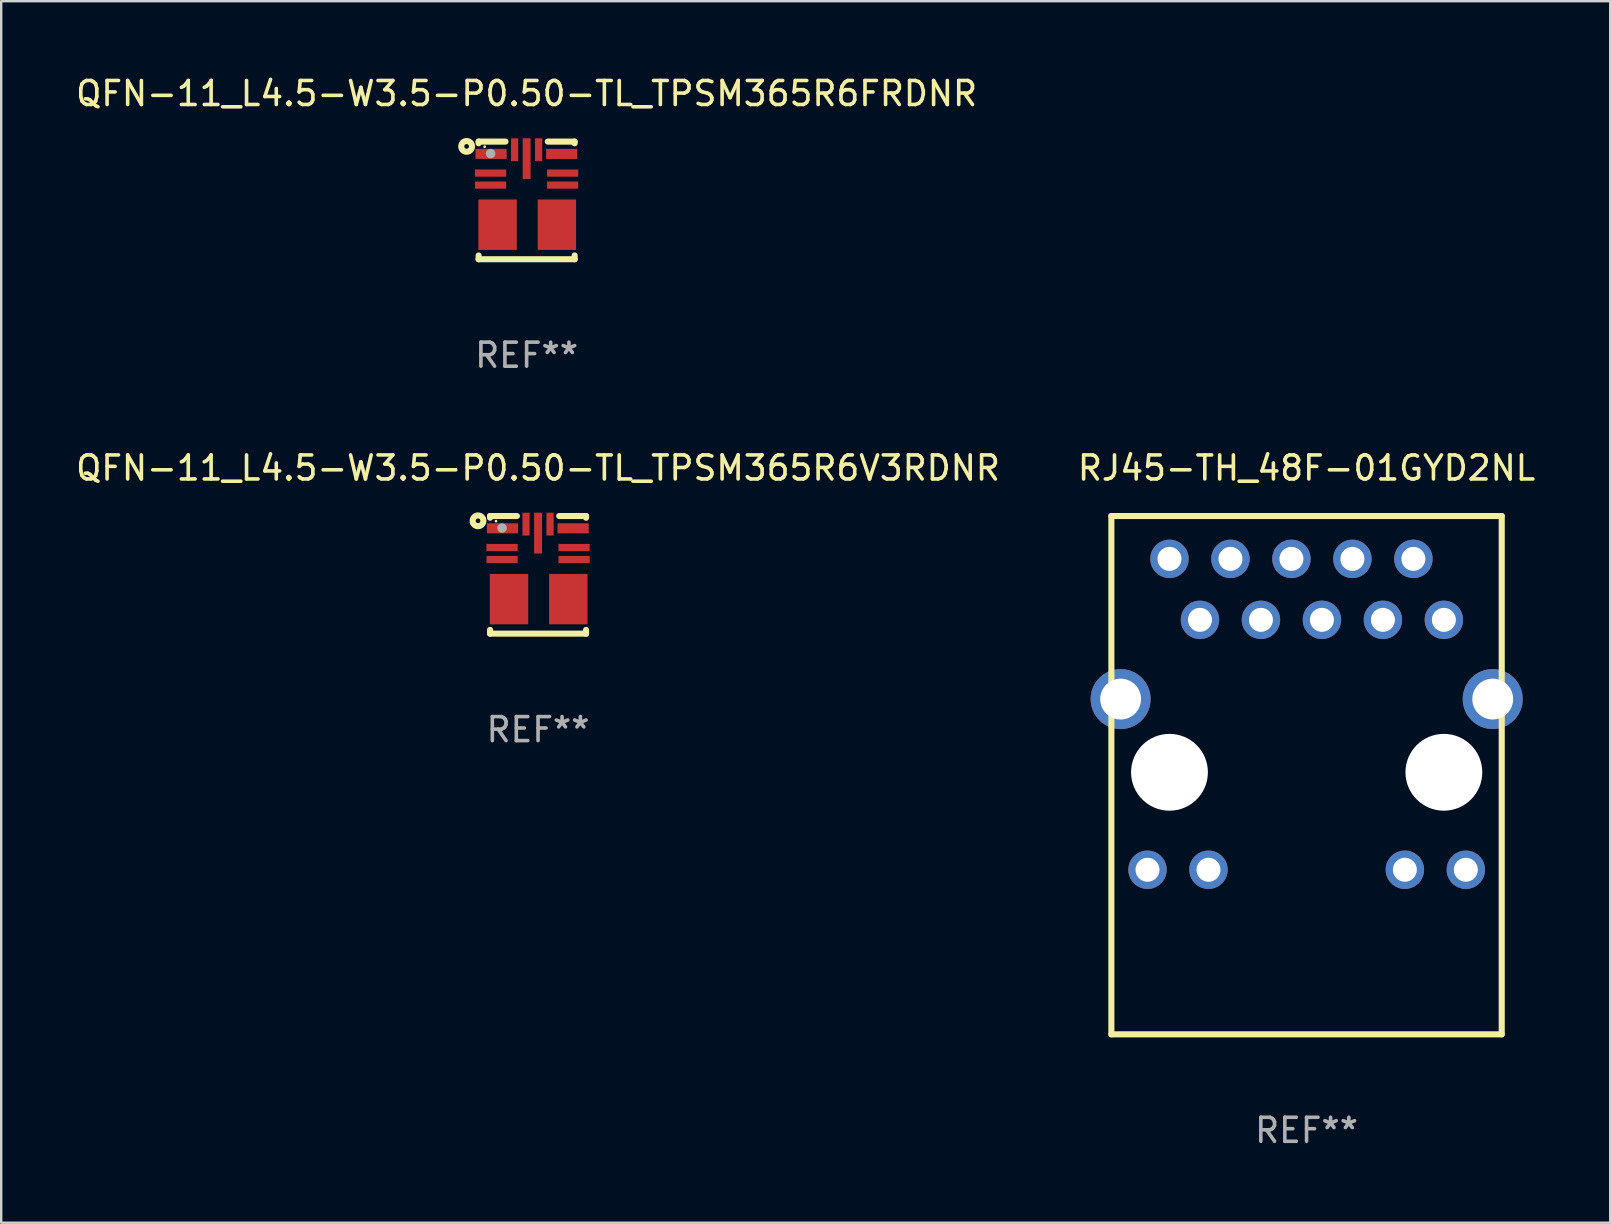
<source format=kicad_pcb>
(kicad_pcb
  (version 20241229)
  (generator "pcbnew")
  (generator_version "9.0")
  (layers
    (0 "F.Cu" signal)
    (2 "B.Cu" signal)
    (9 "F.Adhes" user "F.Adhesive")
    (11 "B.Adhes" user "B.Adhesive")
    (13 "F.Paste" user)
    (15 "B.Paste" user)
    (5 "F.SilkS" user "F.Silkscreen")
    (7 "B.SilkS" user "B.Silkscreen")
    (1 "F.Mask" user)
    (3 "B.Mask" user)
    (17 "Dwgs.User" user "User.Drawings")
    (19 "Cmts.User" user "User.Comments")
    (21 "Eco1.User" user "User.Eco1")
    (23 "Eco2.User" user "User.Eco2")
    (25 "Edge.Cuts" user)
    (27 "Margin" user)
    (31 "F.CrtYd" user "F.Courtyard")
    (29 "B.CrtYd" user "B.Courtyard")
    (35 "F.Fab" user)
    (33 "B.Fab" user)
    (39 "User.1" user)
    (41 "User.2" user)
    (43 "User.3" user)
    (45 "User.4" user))
  (footprint "RJ45-TH_48F-01GYD2NL"
    (layer "F.Cu")
    (at 51.38 26.705)
    (property "Reference" "RJ45-TH_48F-01GYD2NL" (at -0.005 -10.26 0) (layer "F.SilkS") (effects (font (size 1 1) (thickness 0.15))))
    (attr through_hole)
    (fp_line (start -8.135 -8.26) (end -8.135 13.33) (stroke (width 0.254) (type solid)) (layer "F.SilkS"))
    (fp_line (start -8.135 13.33) (end 8.125 13.33) (stroke (width 0.254) (type solid)) (layer "F.SilkS"))
    (fp_line (start 8.125 -8.26) (end -8.135 -8.26) (stroke (width 0.254) (type solid)) (layer "F.SilkS"))
    (fp_line (start 8.125 13.33) (end 8.125 -8.26) (stroke (width 0.254) (type solid)) (layer "F.SilkS"))
    (fp_circle (center -8.13 -8.26) (end -8.1 -8.26) (stroke (width 0.06) (type solid)) (fill no) (layer "F.SilkS"))
    (fp_circle (center -5.715 2.43) (end -4.965 2.43) (stroke (width 1.5) (type solid)) (fill no) (layer "F.Fab"))
    (fp_circle (center 5.715 2.43) (end 6.465 2.43) (stroke (width 1.5) (type solid)) (fill no) (layer "F.Fab"))
    (fp_text user "REF**" (at -0.005 17.33 0) (layer "F.Fab") (effects (font (size 1 1) (thickness 0.15))))
    (pad "" np_thru_hole circle (at -5.715 2.415) (size 3.2 3.2) (drill 3.2) (layers "*.Cu" "*.Mask"))
    (pad "" np_thru_hole circle (at 5.715 2.415) (size 3.2 3.2) (drill 3.2) (layers "*.Cu" "*.Mask"))
    (pad "1" thru_hole circle (at -5.715 -6.475) (size 1.6 1.6) (drill 1) (layers "*.Cu" "*.Mask"))
    (pad "2" thru_hole circle (at -4.445 -3.935) (size 1.6 1.6) (drill 1) (layers "*.Cu" "*.Mask"))
    (pad "3" thru_hole circle (at -3.175 -6.475) (size 1.6 1.6) (drill 1) (layers "*.Cu" "*.Mask"))
    (pad "4" thru_hole circle (at -1.905 -3.935) (size 1.6 1.6) (drill 1) (layers "*.Cu" "*.Mask"))
    (pad "5" thru_hole circle (at -0.635 -6.475) (size 1.6 1.6) (drill 1) (layers "*.Cu" "*.Mask"))
    (pad "6" thru_hole circle (at 0.635 -3.935) (size 1.6 1.6) (drill 1) (layers "*.Cu" "*.Mask"))
    (pad "7" thru_hole circle (at 1.905 -6.475) (size 1.6 1.6) (drill 1) (layers "*.Cu" "*.Mask"))
    (pad "8" thru_hole circle (at 3.175 -3.935) (size 1.6 1.6) (drill 1) (layers "*.Cu" "*.Mask"))
    (pad "9" thru_hole circle (at 4.445 -6.475) (size 1.6 1.6) (drill 1) (layers "*.Cu" "*.Mask"))
    (pad "10" thru_hole circle (at 5.715 -3.935) (size 1.6 1.6) (drill 1) (layers "*.Cu" "*.Mask"))
    (pad "11" thru_hole circle (at -6.63 6.475) (size 1.6 1.6) (drill 1) (layers "*.Cu" "*.Mask"))
    (pad "12" thru_hole circle (at -4.09 6.475) (size 1.6 1.6) (drill 1) (layers "*.Cu" "*.Mask"))
    (pad "13" thru_hole circle (at 4.09 6.475) (size 1.6 1.6) (drill 1) (layers "*.Cu" "*.Mask"))
    (pad "14" thru_hole circle (at 6.63 6.475) (size 1.6 1.6) (drill 1) (layers "*.Cu" "*.Mask"))
    (pad "15" thru_hole circle (at -7.75 -0.635) (size 2.5 2.5) (drill 1.7) (layers "*.Cu" "*.Mask"))
    (pad "16" thru_hole circle (at 7.75 -0.635) (size 2.5 2.5) (drill 1.7) (layers "*.Cu" "*.Mask")))
  (footprint "QFN-11_L4.5-W3.5-P0.50-TL_TPSM365R6FRDNR"
    (layer "F.Cu")
    (at 18.887 4.748)
    (property "Reference" "QFN-11_L4.5-W3.5-P0.50-TL_TPSM365R6FRDNR" (at -0.000127 -3.9 0) (layer "F.SilkS") (effects (font (size 1 1) (thickness 0.15))))
    (attr smd)
    (fp_line (start -2 -1.9) (end -0.881 -1.9) (stroke (width 0.254) (type solid)) (layer "F.SilkS"))
    (fp_line (start -2 -1.829) (end -2 -1.9) (stroke (width 0.254) (type solid)) (layer "F.SilkS"))
    (fp_line (start -2 3) (end -2 2.844) (stroke (width 0.254) (type solid)) (layer "F.SilkS"))
    (fp_line (start 0.881 -1.9) (end 2 -1.9) (stroke (width 0.254) (type solid)) (layer "F.SilkS"))
    (fp_line (start 2 -1.9) (end 2 -1.829) (stroke (width 0.254) (type solid)) (layer "F.SilkS"))
    (fp_line (start 2 2.844) (end 2 3) (stroke (width 0.254) (type solid)) (layer "F.SilkS"))
    (fp_line (start 2 3) (end -2 3) (stroke (width 0.254) (type solid)) (layer "F.SilkS"))
    (fp_circle (center -2.5 -1.7) (end -2.276 -1.7) (stroke (width 0.254) (type solid)) (fill no) (layer "F.SilkS"))
    (fp_circle (center -1.75 -1.687) (end -1.72 -1.687) (stroke (width 0.06) (type solid)) (fill no) (layer "F.SilkS"))
    (fp_circle (center -1.5 -1.4) (end -1.4 -1.4) (stroke (width 0.2) (type solid)) (fill no) (layer "F.Fab"))
    (fp_text user "REF**" (at -0.000127 7 0) (layer "F.Fab") (effects (font (size 1 1) (thickness 0.15))))
    (pad "1" smd rect (at -1.48 -1.387) (size 1.3 0.42) (layers "F.Cu" "F.Mask" "F.Paste"))
    (pad "2" smd rect (at -1.5 -0.588) (size 1.3 0.3) (layers "F.Cu" "F.Mask" "F.Paste"))
    (pad "3" smd rect (at -1.5 -0.088) (size 1.3 0.3) (layers "F.Cu" "F.Mask" "F.Paste"))
    (pad "4" smd rect (at -1.21 1.562) (size 1.6 2.1) (layers "F.Cu" "F.Mask" "F.Paste"))
    (pad "5" smd rect (at 1.26 1.562) (size 1.6 2.1) (layers "F.Cu" "F.Mask" "F.Paste"))
    (pad "6" smd rect (at 1.5 -0.088) (size 1.3 0.3) (layers "F.Cu" "F.Mask" "F.Paste"))
    (pad "7" smd rect (at 1.5 -0.588) (size 1.3 0.3) (layers "F.Cu" "F.Mask" "F.Paste"))
    (pad "8" smd rect (at 1.46 -1.387) (size 1.3 0.42) (layers "F.Cu" "F.Mask" "F.Paste"))
    (pad "9" smd rect (at 0.5 -1.562) (size 0.3 0.95) (layers "F.Cu" "F.Mask" "F.Paste"))
    (pad "10" smd rect (at -0.000127 -1.188) (size 0.33 1.7) (layers "F.Cu" "F.Mask" "F.Paste"))
    (pad "11" smd rect (at -0.5 -1.562) (size 0.3 0.95) (layers "F.Cu" "F.Mask" "F.Paste")))
  (footprint "QFN-11_L4.5-W3.5-P0.50-TL_TPSM365R6V3RDNR"
    (layer "F.Cu")
    (at 19.363 20.345)
    (property "Reference" "QFN-11_L4.5-W3.5-P0.50-TL_TPSM365R6V3RDNR" (at -0.000127 -3.9 0) (layer "F.SilkS") (effects (font (size 1 1) (thickness 0.15))))
    (attr smd)
    (fp_line (start -2 -1.9) (end -0.881 -1.9) (stroke (width 0.254) (type solid)) (layer "F.SilkS"))
    (fp_line (start -2 -1.829) (end -2 -1.9) (stroke (width 0.254) (type solid)) (layer "F.SilkS"))
    (fp_line (start -2 3) (end -2 2.844) (stroke (width 0.254) (type solid)) (layer "F.SilkS"))
    (fp_line (start 0.881 -1.9) (end 2 -1.9) (stroke (width 0.254) (type solid)) (layer "F.SilkS"))
    (fp_line (start 2 -1.9) (end 2 -1.829) (stroke (width 0.254) (type solid)) (layer "F.SilkS"))
    (fp_line (start 2 2.844) (end 2 3) (stroke (width 0.254) (type solid)) (layer "F.SilkS"))
    (fp_line (start 2 3) (end -2 3) (stroke (width 0.254) (type solid)) (layer "F.SilkS"))
    (fp_circle (center -2.5 -1.7) (end -2.276 -1.7) (stroke (width 0.254) (type solid)) (fill no) (layer "F.SilkS"))
    (fp_circle (center -1.75 -1.687) (end -1.72 -1.687) (stroke (width 0.06) (type solid)) (fill no) (layer "F.SilkS"))
    (fp_circle (center -1.5 -1.4) (end -1.4 -1.4) (stroke (width 0.2) (type solid)) (fill no) (layer "F.Fab"))
    (fp_text user "REF**" (at -0.000127 7 0) (layer "F.Fab") (effects (font (size 1 1) (thickness 0.15))))
    (pad "1" smd rect (at -1.48 -1.387) (size 1.3 0.42) (layers "F.Cu" "F.Mask" "F.Paste"))
    (pad "2" smd rect (at -1.5 -0.588) (size 1.3 0.3) (layers "F.Cu" "F.Mask" "F.Paste"))
    (pad "3" smd rect (at -1.5 -0.088) (size 1.3 0.3) (layers "F.Cu" "F.Mask" "F.Paste"))
    (pad "4" smd rect (at -1.21 1.562) (size 1.6 2.1) (layers "F.Cu" "F.Mask" "F.Paste"))
    (pad "5" smd rect (at 1.26 1.562) (size 1.6 2.1) (layers "F.Cu" "F.Mask" "F.Paste"))
    (pad "6" smd rect (at 1.5 -0.088) (size 1.3 0.3) (layers "F.Cu" "F.Mask" "F.Paste"))
    (pad "7" smd rect (at 1.5 -0.588) (size 1.3 0.3) (layers "F.Cu" "F.Mask" "F.Paste"))
    (pad "8" smd rect (at 1.46 -1.387) (size 1.3 0.42) (layers "F.Cu" "F.Mask" "F.Paste"))
    (pad "9" smd rect (at 0.5 -1.562) (size 0.3 0.95) (layers "F.Cu" "F.Mask" "F.Paste"))
    (pad "10" smd rect (at -0.000127 -1.188) (size 0.33 1.7) (layers "F.Cu" "F.Mask" "F.Paste"))
    (pad "11" smd rect (at -0.5 -1.562) (size 0.3 0.95) (layers "F.Cu" "F.Mask" "F.Paste")))
  (gr_rect
    (start -3 -3)
    (end 64.024 47.883)
    (stroke (width 0.1) (type default))
    (fill no)
    (layer "Edge.Cuts")))
</source>
